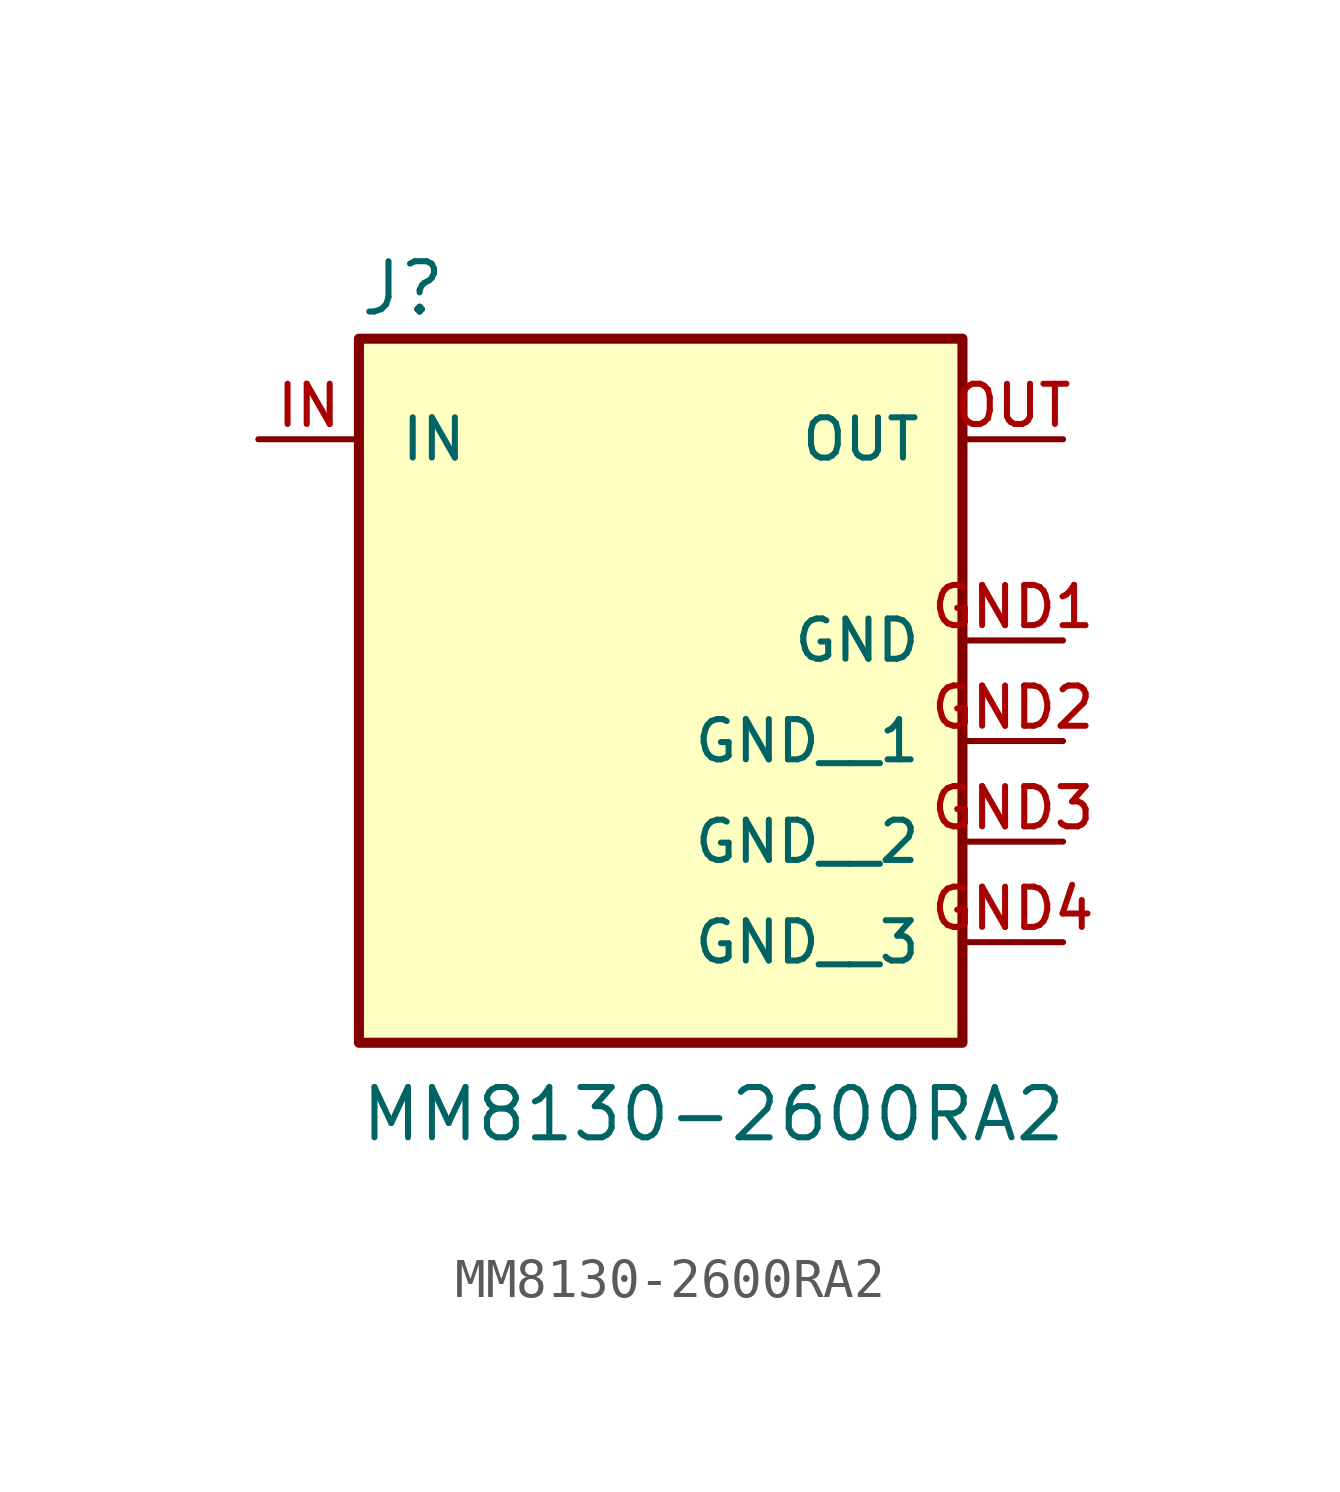
<source format=kicad_sym>
(kicad_symbol_lib
  (version 20211014)
  (generator kicad_symbol_editor)
  (symbol "MM8130-2600RA2"
    (pin_names
      (offset 1.016))
    (property "Reference" "J"
      (at -7.639 5.602 0)
      (effects (font (size 1.27 1.27)) (justify bottom left)))
    (property "Value" "MM8130-2600RA2"
      (at -7.63 -15.25 0)
      (effects (font (size 1.27 1.27)) (justify bottom left)))
    (symbol "MM8130-2600RA2_0_0"
      (rectangle (start -7.62 -12.7) (end 7.62 5.08) (stroke (width 0.254)) (fill (type background)))
      (pin input line (at -10.16 2.54 0) (length 2.54) (name "IN" (effects (font (size 1.016 1.016)))) (number "IN" (effects (font (size 1.016 1.016)))))
      (pin output line (at 10.16 2.54 180.0) (length 2.54) (name "OUT" (effects (font (size 1.016 1.016)))) (number "OUT" (effects (font (size 1.016 1.016)))))
      (pin power_in line (at 10.16 -2.54 180.0) (length 2.54) (name "GND" (effects (font (size 1.016 1.016)))) (number "GND1" (effects (font (size 1.016 1.016)))))
      (pin power_in line (at 10.16 -5.08 180.0) (length 2.54) (name "GND__1" (effects (font (size 1.016 1.016)))) (number "GND2" (effects (font (size 1.016 1.016)))))
      (pin power_in line (at 10.16 -7.62 180.0) (length 2.54) (name "GND__2" (effects (font (size 1.016 1.016)))) (number "GND3" (effects (font (size 1.016 1.016)))))
      (pin power_in line (at 10.16 -10.16 180.0) (length 2.54) (name "GND__3" (effects (font (size 1.016 1.016)))) (number "GND4" (effects (font (size 1.016 1.016))))))))
</source>
